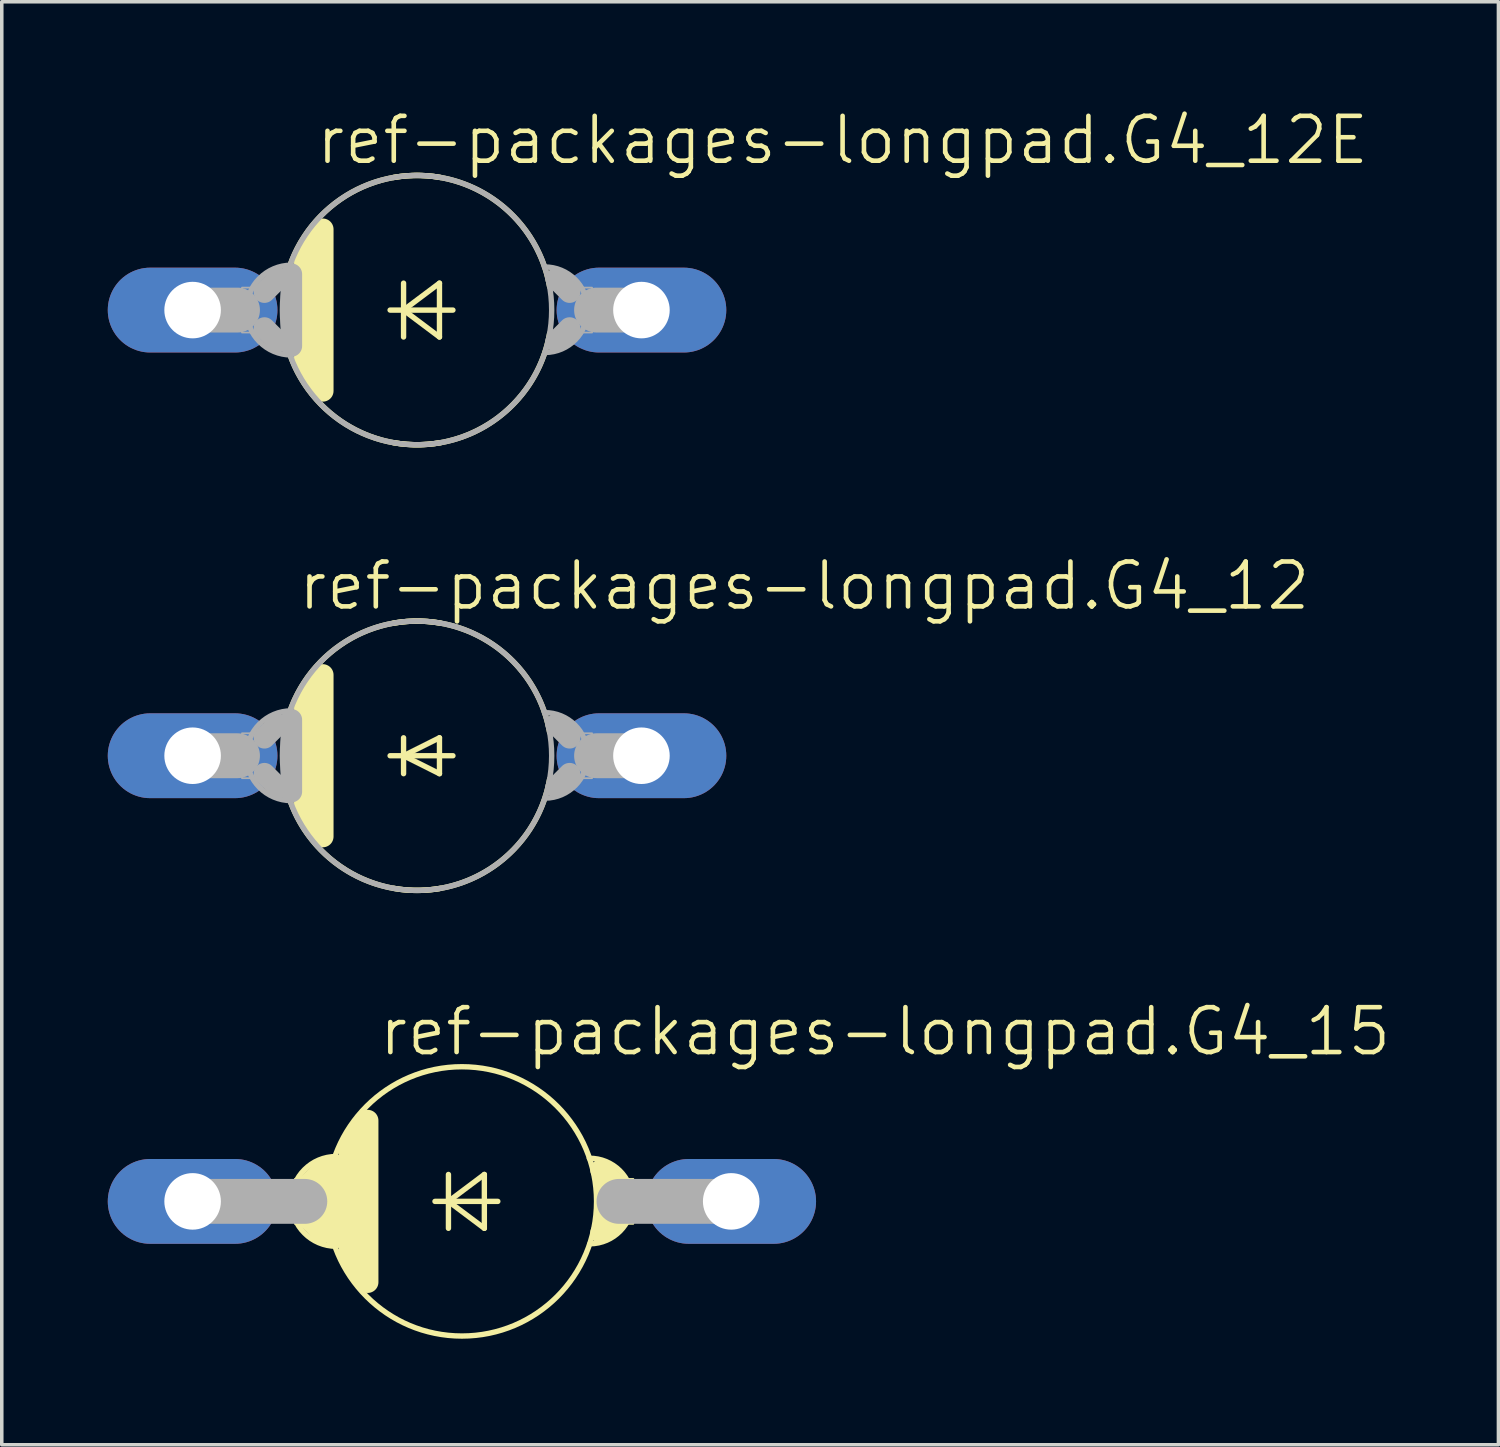
<source format=kicad_pcb>
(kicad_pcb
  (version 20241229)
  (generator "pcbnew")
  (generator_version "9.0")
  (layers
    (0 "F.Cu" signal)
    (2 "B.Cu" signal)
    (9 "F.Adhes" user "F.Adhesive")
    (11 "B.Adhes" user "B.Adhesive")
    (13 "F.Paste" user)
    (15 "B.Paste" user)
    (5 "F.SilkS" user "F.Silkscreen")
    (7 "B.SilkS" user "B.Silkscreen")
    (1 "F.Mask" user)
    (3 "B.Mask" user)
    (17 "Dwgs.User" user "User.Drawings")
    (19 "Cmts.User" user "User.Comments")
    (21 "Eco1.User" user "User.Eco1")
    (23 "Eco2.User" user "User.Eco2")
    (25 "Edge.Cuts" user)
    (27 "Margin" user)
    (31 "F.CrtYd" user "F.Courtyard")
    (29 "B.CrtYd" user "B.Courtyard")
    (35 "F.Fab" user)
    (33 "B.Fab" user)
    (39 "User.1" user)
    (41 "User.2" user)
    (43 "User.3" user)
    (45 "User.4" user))
  (footprint "ref-packages-longpad.G4_12"
    (layer "F.Cu")
    (at 8.75 18.334)
    (property "Reference" "ref-packages-longpad.G4_12" (at -3.429 -4.064 0) (layer "F.SilkS") (effects (font (size 1.27 1.27) (thickness 0.13)) (justify left bottom)))
    (attr through_hole)
    (fp_line (start -3.175 -1.524) (end -3.175 1.524) (stroke (width 0.61) (type default)) (layer "F.SilkS"))
    (fp_line (start -3.175 1.524) (end -2.921 2.032) (stroke (width 0.61) (type default)) (layer "F.SilkS"))
    (fp_line (start -2.921 -2.032) (end -3.175 -1.524) (stroke (width 0.61) (type default)) (layer "F.SilkS"))
    (fp_line (start -2.667 2.286) (end -2.667 -2.286) (stroke (width 0.61) (type default)) (layer "F.SilkS"))
    (fp_line (start -0.762 0) (end -0.381 0) (stroke (width 0.152) (type default)) (layer "F.SilkS"))
    (fp_line (start -0.381 -0.508) (end -0.381 0) (stroke (width 0.152) (type default)) (layer "F.SilkS"))
    (fp_line (start -0.381 0) (end -0.381 0.508) (stroke (width 0.152) (type default)) (layer "F.SilkS"))
    (fp_line (start -0.381 0) (end 0.635 -0.508) (stroke (width 0.152) (type default)) (layer "F.SilkS"))
    (fp_line (start -0.381 0) (end 1.016 0) (stroke (width 0.152) (type default)) (layer "F.SilkS"))
    (fp_line (start 0.635 -0.508) (end 0.635 0.508) (stroke (width 0.152) (type default)) (layer "F.SilkS"))
    (fp_line (start 0.635 0.508) (end -0.381 0) (stroke (width 0.152) (type default)) (layer "F.SilkS"))
    (fp_arc (start -3.752 -0.6615) (mid -2.185314 -3.120816) (end 0.6615 -3.752) (stroke (width 0.1524) (type default)) (layer "F.SilkS"))
    (fp_arc (start -0.6615 -3.752) (mid 2.185314 -3.120816) (end 3.752 -0.6615) (stroke (width 0.1524) (type default)) (layer "F.SilkS"))
    (fp_arc (start 0.6615 3.752) (mid -2.185314 3.120816) (end -3.752 0.6615) (stroke (width 0.1524) (type default)) (layer "F.SilkS"))
    (fp_arc (start 3.752 0.6615) (mid 2.185314 3.120816) (end -0.6615 3.752) (stroke (width 0.1524) (type default)) (layer "F.SilkS"))
    (fp_line (start -6.35 0) (end -5.08 0) (stroke (width 1.27) (type default)) (layer "F.Fab"))
    (fp_line (start -4.318 -0.508) (end -3.937 -0.889) (stroke (width 0.61) (type default)) (layer "F.Fab"))
    (fp_line (start -4.318 0.508) (end -3.937 0.889) (stroke (width 0.61) (type default)) (layer "F.Fab"))
    (fp_line (start -3.556 -1.016) (end -3.556 1.016) (stroke (width 0.61) (type default)) (layer "F.Fab"))
    (fp_line (start 4.318 -0.508) (end 3.937 -0.889) (stroke (width 0.61) (type default)) (layer "F.Fab"))
    (fp_line (start 4.318 0.508) (end 3.937 0.889) (stroke (width 0.61) (type default)) (layer "F.Fab"))
    (fp_line (start 6.35 0) (end 5.08 0) (stroke (width 1.27) (type default)) (layer "F.Fab"))
    (fp_rect (start -4.953 0.635) (end -3.81 -0.635) (stroke (width 0.05) (type default)) (fill no) (layer "F.Fab"))
    (fp_rect (start 3.81 0.635) (end 4.953 -0.635) (stroke (width 0.05) (type default)) (fill no) (layer "F.Fab"))
    (fp_arc (start -3.556 1.27) (mid -4.826 0) (end -3.556 -1.27) (stroke (width 0.1524) (type default)) (layer "F.Fab"))
    (fp_arc (start 3.606 -1.22) (mid 4.8255 -0.0195) (end 3.625 1.2) (stroke (width 0.1524) (type default)) (layer "F.Fab"))
    (fp_circle (center 0 0) (end 3.81 0) (stroke (width 0.152) (type default)) (fill no) (layer "F.Fab"))
    (pad "A" thru_hole oval (at 6.35 0) (size 4.801 2.4) (drill 1.6) (layers "*.Cu" "*.Mask"))
    (pad "C" thru_hole oval (at -6.35 0) (size 4.801 2.4) (drill 1.6) (layers "*.Cu" "*.Mask")))
  (footprint "ref-packages-longpad.G4_12E"
    (layer "F.Cu")
    (at 8.75 5.724)
    (property "Reference" "ref-packages-longpad.G4_12E" (at -2.921 -4.064 0) (layer "F.SilkS") (effects (font (size 1.27 1.27) (thickness 0.13)) (justify left bottom)))
    (attr through_hole)
    (fp_line (start -3.175 -1.524) (end -3.175 1.524) (stroke (width 0.61) (type default)) (layer "F.SilkS"))
    (fp_line (start -3.175 1.524) (end -2.921 2.032) (stroke (width 0.61) (type default)) (layer "F.SilkS"))
    (fp_line (start -2.921 -2.032) (end -3.175 -1.524) (stroke (width 0.61) (type default)) (layer "F.SilkS"))
    (fp_line (start -2.667 2.286) (end -2.667 -2.286) (stroke (width 0.61) (type default)) (layer "F.SilkS"))
    (fp_line (start -0.762 0) (end -0.381 0) (stroke (width 0.152) (type default)) (layer "F.SilkS"))
    (fp_line (start -0.381 -0.762) (end -0.381 0) (stroke (width 0.152) (type default)) (layer "F.SilkS"))
    (fp_line (start -0.381 0) (end -0.381 0.762) (stroke (width 0.152) (type default)) (layer "F.SilkS"))
    (fp_line (start -0.381 0) (end 0.635 -0.762) (stroke (width 0.152) (type default)) (layer "F.SilkS"))
    (fp_line (start -0.381 0) (end 1.016 0) (stroke (width 0.152) (type default)) (layer "F.SilkS"))
    (fp_line (start 0.635 -0.762) (end 0.635 0.762) (stroke (width 0.152) (type default)) (layer "F.SilkS"))
    (fp_line (start 0.635 0.762) (end -0.381 0) (stroke (width 0.152) (type default)) (layer "F.SilkS"))
    (fp_arc (start -3.752 -0.6615) (mid -2.185314 -3.120816) (end 0.6615 -3.752) (stroke (width 0.1524) (type default)) (layer "F.SilkS"))
    (fp_arc (start -0.6615 -3.752) (mid 2.185314 -3.120816) (end 3.752 -0.6615) (stroke (width 0.1524) (type default)) (layer "F.SilkS"))
    (fp_arc (start 0.6615 3.752) (mid -2.185314 3.120816) (end -3.752 0.6615) (stroke (width 0.1524) (type default)) (layer "F.SilkS"))
    (fp_arc (start 3.752 0.6615) (mid 2.185314 3.120816) (end -0.6615 3.752) (stroke (width 0.1524) (type default)) (layer "F.SilkS"))
    (fp_line (start -6.35 0) (end -5.08 0) (stroke (width 1.27) (type default)) (layer "F.Fab"))
    (fp_line (start -4.318 -0.508) (end -3.937 -0.889) (stroke (width 0.61) (type default)) (layer "F.Fab"))
    (fp_line (start -4.318 0.508) (end -3.937 0.889) (stroke (width 0.61) (type default)) (layer "F.Fab"))
    (fp_line (start -3.556 -1.016) (end -3.556 1.016) (stroke (width 0.61) (type default)) (layer "F.Fab"))
    (fp_line (start 4.318 -0.508) (end 3.937 -0.889) (stroke (width 0.61) (type default)) (layer "F.Fab"))
    (fp_line (start 4.318 0.508) (end 3.937 0.889) (stroke (width 0.61) (type default)) (layer "F.Fab"))
    (fp_line (start 6.35 0) (end 5.08 0) (stroke (width 1.27) (type default)) (layer "F.Fab"))
    (fp_rect (start -4.953 0.635) (end -3.81 -0.635) (stroke (width 0.05) (type default)) (fill no) (layer "F.Fab"))
    (fp_rect (start 3.81 0.635) (end 4.953 -0.635) (stroke (width 0.05) (type default)) (fill no) (layer "F.Fab"))
    (fp_arc (start -3.556 1.27) (mid -4.826 0) (end -3.556 -1.27) (stroke (width 0.1524) (type default)) (layer "F.Fab"))
    (fp_arc (start 3.606 -1.22) (mid 4.8255 -0.0195) (end 3.625 1.2) (stroke (width 0.1524) (type default)) (layer "F.Fab"))
    (fp_circle (center 0 0) (end 3.81 0) (stroke (width 0.152) (type default)) (fill no) (layer "F.Fab"))
    (pad "A" thru_hole oval (at 6.35 0) (size 4.801 2.4) (drill 1.6) (layers "*.Cu" "*.Mask"))
    (pad "C" thru_hole oval (at -6.35 0) (size 4.801 2.4) (drill 1.6) (layers "*.Cu" "*.Mask")))
  (footprint "ref-packages-longpad.G4_15"
    (layer "F.Cu")
    (at 10.02 30.944)
    (property "Reference" "ref-packages-longpad.G4_15" (at -2.413 -4.064 0) (layer "F.SilkS") (effects (font (size 1.27 1.27) (thickness 0.13)) (justify left bottom)))
    (attr through_hole)
    (fp_line (start -4.318 -0.508) (end -3.937 -0.889) (stroke (width 0.61) (type default)) (layer "F.SilkS"))
    (fp_line (start -4.318 0.508) (end -3.937 0.889) (stroke (width 0.61) (type default)) (layer "F.SilkS"))
    (fp_line (start -3.556 -1.016) (end -3.556 1.016) (stroke (width 0.61) (type default)) (layer "F.SilkS"))
    (fp_line (start -3.175 -1.524) (end -3.175 1.524) (stroke (width 0.61) (type default)) (layer "F.SilkS"))
    (fp_line (start -3.175 1.524) (end -2.921 2.032) (stroke (width 0.61) (type default)) (layer "F.SilkS"))
    (fp_line (start -2.921 -2.032) (end -3.175 -1.524) (stroke (width 0.61) (type default)) (layer "F.SilkS"))
    (fp_line (start -2.667 2.286) (end -2.667 -2.286) (stroke (width 0.61) (type default)) (layer "F.SilkS"))
    (fp_line (start -0.762 0) (end -0.381 0) (stroke (width 0.152) (type default)) (layer "F.SilkS"))
    (fp_line (start -0.381 -0.762) (end -0.381 0) (stroke (width 0.152) (type default)) (layer "F.SilkS"))
    (fp_line (start -0.381 0) (end -0.381 0.762) (stroke (width 0.152) (type default)) (layer "F.SilkS"))
    (fp_line (start -0.381 0) (end 0.635 -0.762) (stroke (width 0.152) (type default)) (layer "F.SilkS"))
    (fp_line (start -0.381 0) (end 1.016 0) (stroke (width 0.152) (type default)) (layer "F.SilkS"))
    (fp_line (start 0.635 -0.762) (end 0.635 0.762) (stroke (width 0.152) (type default)) (layer "F.SilkS"))
    (fp_line (start 0.635 0.762) (end -0.381 0) (stroke (width 0.152) (type default)) (layer "F.SilkS"))
    (fp_line (start 4.318 -0.508) (end 3.937 -0.889) (stroke (width 0.61) (type default)) (layer "F.SilkS"))
    (fp_line (start 4.318 0.508) (end 3.937 0.889) (stroke (width 0.61) (type default)) (layer "F.SilkS"))
    (fp_rect (start -4.725 0.635) (end -3.81 -0.635) (stroke (width 0.05) (type default)) (fill yes) (layer "F.SilkS"))
    (fp_rect (start 3.81 0.635) (end 4.85 -0.635) (stroke (width 0.05) (type default)) (fill yes) (layer "F.SilkS"))
    (fp_arc (start -3.556 1.27) (mid -4.826 0) (end -3.556 -1.27) (stroke (width 0.1524) (type default)) (layer "F.SilkS"))
    (fp_arc (start 3.606 -1.22) (mid 4.8255 -0.0195) (end 3.625 1.2) (stroke (width 0.1524) (type default)) (layer "F.SilkS"))
    (fp_circle (center 0 0) (end 3.81 0) (stroke (width 0.152) (type default)) (fill no) (layer "F.SilkS"))
    (fp_line (start -7.62 0) (end -4.445 0) (stroke (width 1.27) (type default)) (layer "F.Fab"))
    (fp_line (start 7.62 0) (end 4.445 0) (stroke (width 1.27) (type default)) (layer "F.Fab"))
    (pad "A" thru_hole oval (at 7.62 0) (size 4.801 2.4) (drill 1.6) (layers "*.Cu" "*.Mask"))
    (pad "C" thru_hole oval (at -7.62 0) (size 4.801 2.4) (drill 1.6) (layers "*.Cu" "*.Mask")))
  (gr_rect
    (start -3 -3)
    (end 39.349 37.831)
    (stroke (width 0.1) (type default))
    (fill no)
    (layer "Edge.Cuts")))
</source>
